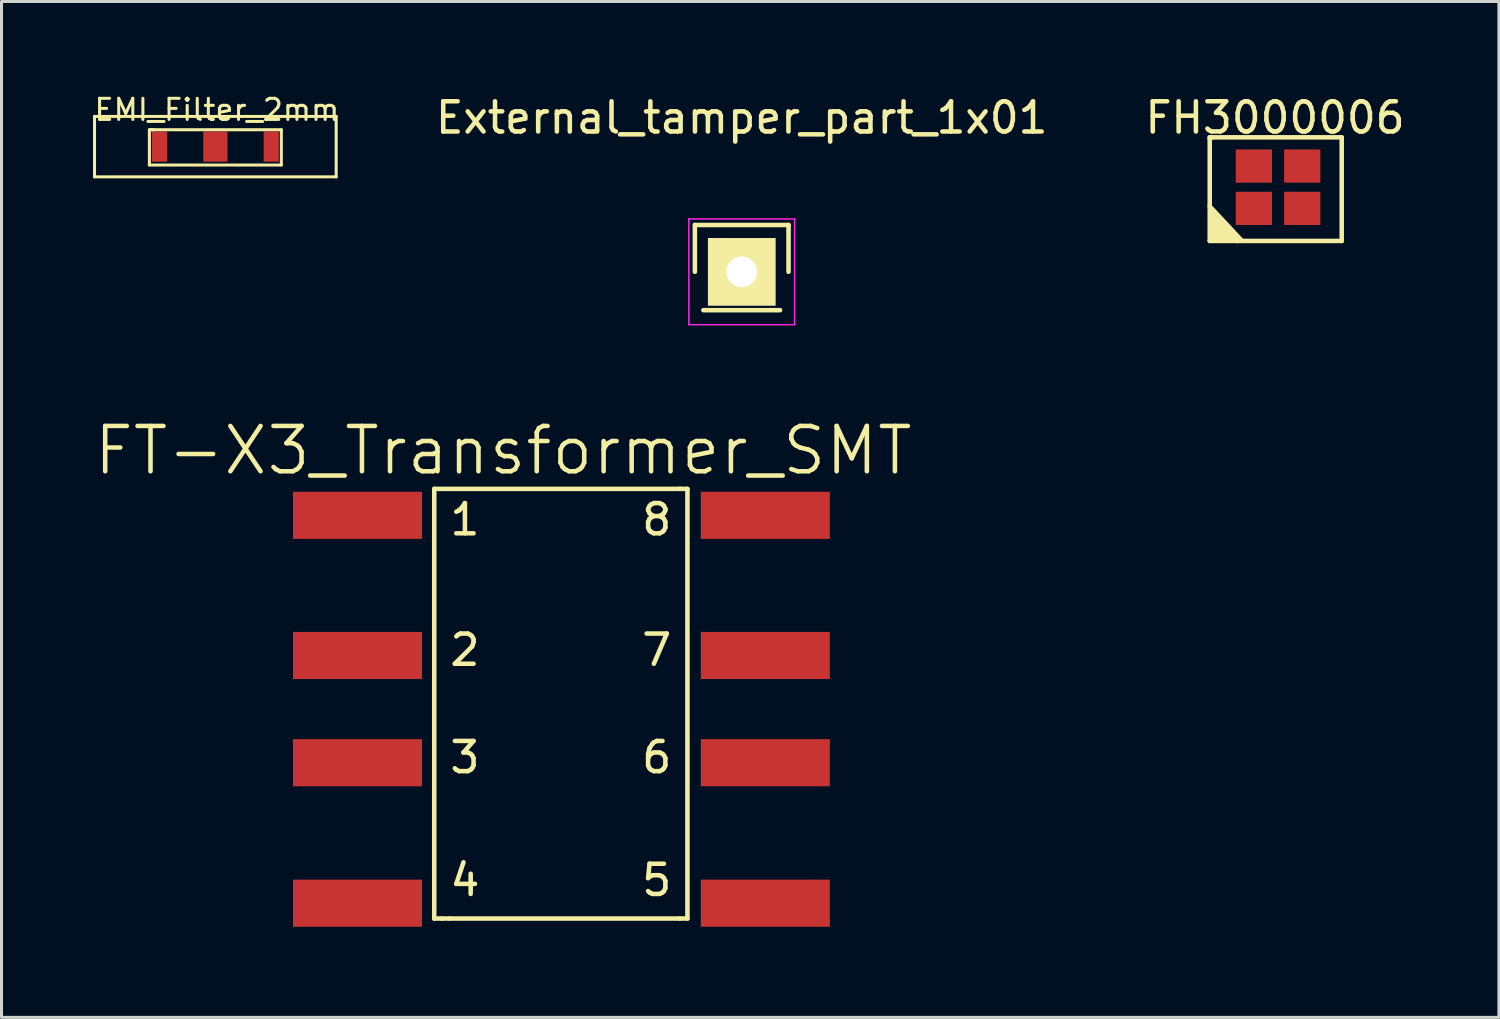
<source format=kicad_pcb>
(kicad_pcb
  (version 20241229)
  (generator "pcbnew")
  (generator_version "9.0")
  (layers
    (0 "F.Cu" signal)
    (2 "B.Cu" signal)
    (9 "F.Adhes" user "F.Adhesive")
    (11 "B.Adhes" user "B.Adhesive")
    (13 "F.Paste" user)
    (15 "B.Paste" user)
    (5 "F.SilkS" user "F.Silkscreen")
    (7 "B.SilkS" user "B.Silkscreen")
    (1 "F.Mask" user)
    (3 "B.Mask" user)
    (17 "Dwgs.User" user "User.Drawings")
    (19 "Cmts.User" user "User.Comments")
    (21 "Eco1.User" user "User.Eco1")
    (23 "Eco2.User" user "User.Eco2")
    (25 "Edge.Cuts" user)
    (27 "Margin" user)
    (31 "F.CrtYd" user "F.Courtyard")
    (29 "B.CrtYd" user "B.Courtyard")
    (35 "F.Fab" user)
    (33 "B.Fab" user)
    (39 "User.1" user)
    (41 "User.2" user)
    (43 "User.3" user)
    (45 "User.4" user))
  (footprint "FH3000006"
    (layer "F.Cu")
    (at 39.259 3.148)
    (property "Reference" "FH3000006" (at -0.1 -2.3 0) (layer "F.SilkS") (effects (font (size 1 1) (thickness 0.15))))
    (attr through_hole)
    (fp_line (start -2.261 -1.651) (end -2.21 -1.651) (stroke (width 0.15) (type solid)) (layer "F.SilkS"))
    (fp_line (start -2.261 -1.6) (end -2.261 -1.651) (stroke (width 0.15) (type solid)) (layer "F.SilkS"))
    (fp_line (start -2.261 0.635) (end -1.194 1.778) (stroke (width 0.15) (type solid)) (layer "F.SilkS"))
    (fp_line (start -2.261 1.778) (end -2.261 -1.6) (stroke (width 0.15) (type solid)) (layer "F.SilkS"))
    (fp_line (start -2.235 0.864) (end -1.346 1.778) (stroke (width 0.15) (type solid)) (layer "F.SilkS"))
    (fp_line (start -2.235 1.194) (end -1.778 1.753) (stroke (width 0.15) (type solid)) (layer "F.SilkS"))
    (fp_line (start -2.21 -1.651) (end -2.159 -1.651) (stroke (width 0.15) (type solid)) (layer "F.SilkS"))
    (fp_line (start -2.21 1.397) (end -1.956 1.753) (stroke (width 0.15) (type solid)) (layer "F.SilkS"))
    (fp_line (start -2.184 -1.651) (end 2.108 -1.651) (stroke (width 0.15) (type solid)) (layer "F.SilkS"))
    (fp_line (start -2.184 1.067) (end -1.575 1.753) (stroke (width 0.15) (type solid)) (layer "F.SilkS"))
    (fp_line (start -2.184 1.6) (end -2.159 1.702) (stroke (width 0.15) (type solid)) (layer "F.SilkS"))
    (fp_line (start -1.956 1.753) (end -2.184 1.6) (stroke (width 0.15) (type solid)) (layer "F.SilkS"))
    (fp_line (start -1.778 1.753) (end -2.21 1.397) (stroke (width 0.15) (type solid)) (layer "F.SilkS"))
    (fp_line (start -1.575 1.753) (end -2.235 1.194) (stroke (width 0.15) (type solid)) (layer "F.SilkS"))
    (fp_line (start -1.346 1.778) (end -2.184 1.067) (stroke (width 0.15) (type solid)) (layer "F.SilkS"))
    (fp_line (start 2.108 -1.651) (end 2.108 1.778) (stroke (width 0.15) (type solid)) (layer "F.SilkS"))
    (fp_line (start 2.108 1.778) (end -2.261 1.778) (stroke (width 0.15) (type solid)) (layer "F.SilkS"))
    (pad "1" smd rect (at -0.8 0.7) (size 1.2 1.1) (layers "F.Cu" "F.Mask" "F.Paste"))
    (pad "2" smd rect (at 0.8 0.7) (size 1.2 1.1) (layers "F.Cu" "F.Mask" "F.Paste"))
    (pad "3" smd rect (at 0.8 -0.7) (size 1.2 1.1) (layers "F.Cu" "F.Mask" "F.Paste"))
    (pad "4" smd rect (at -0.8 -0.7) (size 1.2 1.1) (layers "F.Cu" "F.Mask" "F.Paste")))
  (footprint "EMI_Filter_2mm"
    (layer "F.Cu")
    (at 4.079 1.804)
    (property "Reference" "EMI_Filter_2mm" (at 0.051 -1.219 0) (layer "F.SilkS") (effects (font (size 0.7 0.7) (thickness 0.1))))
    (attr smd)
    (fp_line (start -4 -1) (end -4 1) (stroke (width 0.1) (type solid)) (layer "F.SilkS"))
    (fp_line (start -4 1) (end 4 1) (stroke (width 0.1) (type solid)) (layer "F.SilkS"))
    (fp_line (start -2.184 -0.559) (end -2.032 -0.559) (stroke (width 0.1) (type solid)) (layer "F.SilkS"))
    (fp_line (start -2.184 0.61) (end -2.184 -0.559) (stroke (width 0.1) (type solid)) (layer "F.SilkS"))
    (fp_line (start -2.134 -0.559) (end 2.184 -0.559) (stroke (width 0.1) (type solid)) (layer "F.SilkS"))
    (fp_line (start 2.184 -0.559) (end 2.184 0.61) (stroke (width 0.1) (type solid)) (layer "F.SilkS"))
    (fp_line (start 2.184 0.61) (end -2.184 0.61) (stroke (width 0.1) (type solid)) (layer "F.SilkS"))
    (fp_line (start 4 -1) (end -4 -1) (stroke (width 0.1) (type solid)) (layer "F.SilkS"))
    (fp_line (start 4 1) (end 4 -1) (stroke (width 0.1) (type solid)) (layer "F.SilkS"))
    (pad "1" smd rect (at -1.85 0) (size 0.5 1) (layers "F.Cu" "F.Mask" "F.Paste"))
    (pad "2" smd rect (at 0 0) (size 0.8 1) (layers "F.Cu" "F.Mask" "F.Paste"))
    (pad "3" smd rect (at 1.85 0) (size 0.5 1) (layers "F.Cu" "F.Mask" "F.Paste")))
  (footprint "FT-X3_Transformer_SMT"
    (layer "F.Cu")
    (at 15.643 20.5)
    (property "Reference" "FT-X3_Transformer_SMT" (at -2.032 -8.636 0) (layer "F.SilkS") (effects (font (size 1.5 1.5) (thickness 0.15))))
    (attr through_hole)
    (fp_line (start -4.318 -7.366) (end 3.81 -7.366) (stroke (width 0.15) (type solid)) (layer "F.SilkS"))
    (fp_line (start -4.318 6.858) (end -4.318 -7.366) (stroke (width 0.15) (type solid)) (layer "F.SilkS"))
    (fp_line (start -4.064 6.858) (end -4.318 6.858) (stroke (width 0.15) (type solid)) (layer "F.SilkS"))
    (fp_line (start -3.81 6.858) (end -4.064 6.858) (stroke (width 0.15) (type solid)) (layer "F.SilkS"))
    (fp_line (start 3.81 6.858) (end -3.81 6.858) (stroke (width 0.15) (type solid)) (layer "F.SilkS"))
    (fp_line (start 4.064 -7.366) (end 3.81 -7.366) (stroke (width 0.15) (type solid)) (layer "F.SilkS"))
    (fp_line (start 4.064 -7.366) (end 4.064 6.858) (stroke (width 0.15) (type solid)) (layer "F.SilkS"))
    (fp_line (start 4.064 6.858) (end 3.81 6.858) (stroke (width 0.15) (type solid)) (layer "F.SilkS"))
    (fp_text user "2" (at -3.302 -2.032 0) (layer "F.SilkS") (effects (font (size 1 1) (thickness 0.15))))
    (fp_text user "8" (at 3.048 -6.35 0) (layer "F.SilkS") (effects (font (size 1 1) (thickness 0.15))))
    (fp_text user "7" (at 3.048 -2.032 0) (layer "F.SilkS") (effects (font (size 1 1) (thickness 0.15))))
    (fp_text user "3" (at -3.302 1.524 0) (layer "F.SilkS") (effects (font (size 1 1) (thickness 0.15))))
    (fp_text user "5" (at 3.048 5.588 0) (layer "F.SilkS") (effects (font (size 1 1) (thickness 0.15))))
    (fp_text user "4" (at -3.302 5.588 0) (layer "F.SilkS") (effects (font (size 1 1) (thickness 0.15))))
    (fp_text user "6" (at 3.048 1.524 0) (layer "F.SilkS") (effects (font (size 1 1) (thickness 0.15))))
    (fp_text user "1" (at -3.302 -6.35 0) (layer "F.SilkS") (effects (font (size 1 1) (thickness 0.15))))
    (pad "1" smd rect (at -6.858 -6.49) (size 4.27 1.56) (layers "F.Cu" "F.Mask" "F.Paste"))
    (pad "2" smd rect (at -6.858 -1.85) (size 4.27 1.56) (layers "F.Cu" "F.Mask" "F.Paste"))
    (pad "3" smd rect (at -6.858 1.7) (size 4.27 1.56) (layers "F.Cu" "F.Mask" "F.Paste"))
    (pad "4" smd rect (at -6.858 6.35) (size 4.27 1.56) (layers "F.Cu" "F.Mask" "F.Paste"))
    (pad "5" smd rect (at 6.642 6.35) (size 4.27 1.56) (layers "F.Cu" "F.Mask" "F.Paste"))
    (pad "6" smd rect (at 6.642 1.7) (size 4.27 1.56) (layers "F.Cu" "F.Mask" "F.Paste"))
    (pad "7" smd rect (at 6.642 -1.85) (size 4.27 1.56) (layers "F.Cu" "F.Mask" "F.Paste"))
    (pad "8" smd rect (at 6.642 -6.49) (size 4.27 1.56) (layers "F.Cu" "F.Mask" "F.Paste")))
  (footprint "External_tamper_part_1x01"
    (layer "F.Cu")
    (at 21.504 5.948)
    (property "Reference" "External_tamper_part_1x01" (at 0 -5.1 0) (layer "F.SilkS") (effects (font (size 1 1) (thickness 0.15))))
    (attr through_hole)
    (fp_line (start -1.55 -1.55) (end 1.55 -1.55) (stroke (width 0.15) (type solid)) (layer "F.SilkS"))
    (fp_line (start -1.55 0) (end -1.55 -1.55) (stroke (width 0.15) (type solid)) (layer "F.SilkS"))
    (fp_line (start -1.27 1.27) (end 1.27 1.27) (stroke (width 0.15) (type solid)) (layer "F.SilkS"))
    (fp_line (start 1.55 -1.55) (end 1.55 0) (stroke (width 0.15) (type solid)) (layer "F.SilkS"))
    (fp_line (start -1.75 -1.75) (end -1.75 1.75) (stroke (width 0.05) (type solid)) (layer "F.CrtYd"))
    (fp_line (start -1.75 -1.75) (end 1.75 -1.75) (stroke (width 0.05) (type solid)) (layer "F.CrtYd"))
    (fp_line (start -1.75 1.75) (end 1.75 1.75) (stroke (width 0.05) (type solid)) (layer "F.CrtYd"))
    (fp_line (start 1.75 -1.75) (end 1.75 1.75) (stroke (width 0.05) (type solid)) (layer "F.CrtYd"))
    (pad "1" thru_hole rect (at 0 0) (size 2.235 2.235) (drill 1.016) (layers "*.Cu" "*.Mask" "F.SilkS")))
  (gr_rect
    (start -3 -3)
    (end 46.57 30.63)
    (stroke (width 0.1) (type default))
    (fill no)
    (layer "Edge.Cuts")))
</source>
